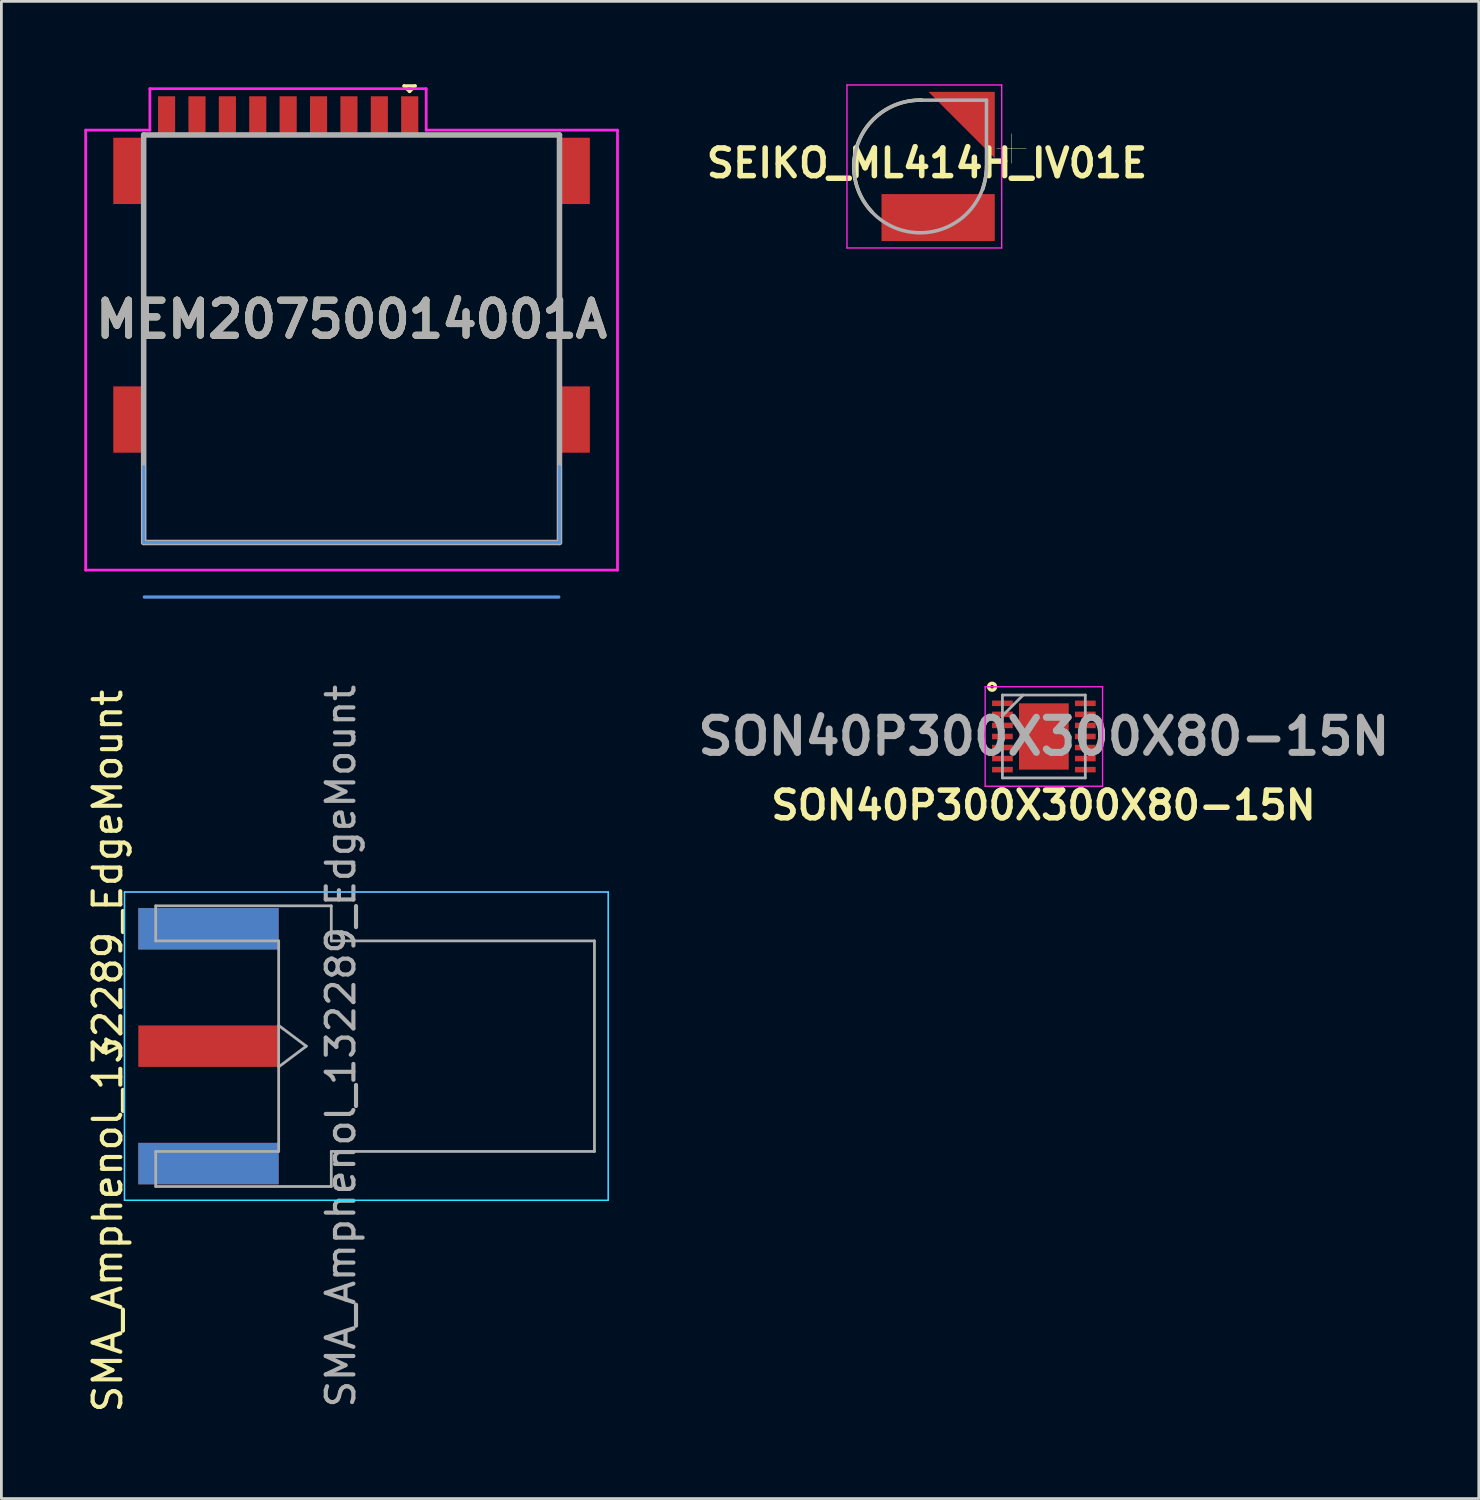
<source format=kicad_pcb>
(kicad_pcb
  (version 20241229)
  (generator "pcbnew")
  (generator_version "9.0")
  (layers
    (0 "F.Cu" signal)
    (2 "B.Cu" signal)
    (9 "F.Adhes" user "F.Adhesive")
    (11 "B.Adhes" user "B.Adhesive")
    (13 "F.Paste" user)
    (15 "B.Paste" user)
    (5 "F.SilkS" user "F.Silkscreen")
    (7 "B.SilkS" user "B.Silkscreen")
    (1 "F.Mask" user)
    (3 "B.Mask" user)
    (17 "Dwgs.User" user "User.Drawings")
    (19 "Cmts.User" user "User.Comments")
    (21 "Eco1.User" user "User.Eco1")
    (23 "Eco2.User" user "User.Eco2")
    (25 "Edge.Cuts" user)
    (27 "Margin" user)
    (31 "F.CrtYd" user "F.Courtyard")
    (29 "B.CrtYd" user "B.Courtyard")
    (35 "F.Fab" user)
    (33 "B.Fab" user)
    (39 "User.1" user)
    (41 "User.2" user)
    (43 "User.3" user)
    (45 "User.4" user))
  (footprint "MEM20750014001A"
    (layer "F.Cu")
    (at 9.675 8.86)
    (property "Reference" "MEM20750014001A" (at 0 -0.35 180) (layer "F.SilkS") (effects (font (size 1.27 1.27) (thickness 0.254))))
    (attr through_hole)
    (fp_line (start -7.525 -4.025) (end -7.525 1.4) (stroke (width 0.1) (type solid)) (layer "F.SilkS"))
    (fp_line (start 1.9 -8.8) (end 2.3 -8.8) (stroke (width 0.12) (type solid)) (layer "F.SilkS"))
    (fp_line (start 2.1 -8.6) (end 1.9 -8.8) (stroke (width 0.12) (type solid)) (layer "F.SilkS"))
    (fp_line (start 2.3 -8.8) (end 2.1 -8.6) (stroke (width 0.12) (type solid)) (layer "F.SilkS"))
    (fp_line (start 2.8 -7.025) (end 7 -7.025) (stroke (width 0.1) (type solid)) (layer "F.SilkS"))
    (fp_line (start 7.525 -4.025) (end 7.525 1.4) (stroke (width 0.1) (type solid)) (layer "F.SilkS"))
    (fp_line (start -7.525 4.975) (end -7.525 7.725) (stroke (width 0.1) (type solid)) (layer "Cmts.User"))
    (fp_line (start -7.525 7.725) (end 7.525 7.725) (stroke (width 0.1) (type solid)) (layer "Cmts.User"))
    (fp_line (start 7.5 9.7) (end -7.5 9.7) (stroke (width 0.12) (type solid)) (layer "Cmts.User"))
    (fp_line (start 7.525 7.725) (end 7.525 4.975) (stroke (width 0.1) (type solid)) (layer "Cmts.User"))
    (fp_line (start -9.625 8.725) (end -9.625 -7.2) (stroke (width 0.1) (type solid)) (layer "F.CrtYd"))
    (fp_line (start -7.3 -8.7) (end -7.3 -7.2) (stroke (width 0.1) (type solid)) (layer "F.CrtYd"))
    (fp_line (start -7.3 -8.7) (end 2.7 -8.7) (stroke (width 0.1) (type solid)) (layer "F.CrtYd"))
    (fp_line (start -7.3 -7.2) (end -9.625 -7.2) (stroke (width 0.1) (type solid)) (layer "F.CrtYd"))
    (fp_line (start 2.7 -8.7) (end 2.7 -7.2) (stroke (width 0.1) (type solid)) (layer "F.CrtYd"))
    (fp_line (start 2.7 -7.2) (end 9.625 -7.2) (stroke (width 0.1) (type solid)) (layer "F.CrtYd"))
    (fp_line (start 9.625 -7.2) (end 9.625 8.725) (stroke (width 0.1) (type solid)) (layer "F.CrtYd"))
    (fp_line (start 9.625 8.725) (end -9.625 8.725) (stroke (width 0.1) (type solid)) (layer "F.CrtYd"))
    (fp_line (start -7.525 -7.025) (end 7.525 -7.025) (stroke (width 0.2) (type solid)) (layer "F.Fab"))
    (fp_line (start -7.525 7.725) (end -7.525 -7.025) (stroke (width 0.2) (type solid)) (layer "F.Fab"))
    (fp_line (start 7.525 -7.025) (end 7.525 7.725) (stroke (width 0.2) (type solid)) (layer "F.Fab"))
    (fp_line (start 7.525 7.725) (end -7.525 7.725) (stroke (width 0.2) (type solid)) (layer "F.Fab"))
    (fp_text user "${REFERENCE}" (at 0 -0.35 180) (layer "F.Fab") (effects (font (size 1.27 1.27) (thickness 0.254))))
    (pad "" np_thru_hole circle (at -3.395 3.695) (size 0.001 0.001) (drill 0.95) (layers "*.Cu" "*.Mask"))
    (pad "" np_thru_hole circle (at 3.205 3.695) (size 0.001 0.001) (drill 0.95) (layers "*.Cu" "*.Mask"))
    (pad "MP1" smd rect (at -8.075 -5.725) (size 1.1 2.4) (layers "F.Cu" "F.Mask" "F.Paste"))
    (pad "MP2" smd rect (at -8.075 3.275) (size 1.1 2.4) (layers "F.Cu" "F.Mask" "F.Paste"))
    (pad "MP3" smd rect (at 8.075 3.275) (size 1.1 2.4) (layers "F.Cu" "F.Mask" "F.Paste"))
    (pad "MP4" smd rect (at 8.075 -5.725) (size 1.1 2.4) (layers "F.Cu" "F.Mask" "F.Paste"))
    (pad "P1" smd rect (at 2.105 -7.725) (size 0.62 1.4) (layers "F.Cu" "F.Mask" "F.Paste"))
    (pad "P2" smd rect (at 1.005 -7.725) (size 0.62 1.4) (layers "F.Cu" "F.Mask" "F.Paste"))
    (pad "P3" smd rect (at -0.095 -7.725) (size 0.62 1.4) (layers "F.Cu" "F.Mask" "F.Paste"))
    (pad "P4" smd rect (at -1.195 -7.725) (size 0.62 1.4) (layers "F.Cu" "F.Mask" "F.Paste"))
    (pad "P5" smd rect (at -2.295 -7.725) (size 0.62 1.4) (layers "F.Cu" "F.Mask" "F.Paste"))
    (pad "P6" smd rect (at -3.395 -7.725) (size 0.62 1.4) (layers "F.Cu" "F.Mask" "F.Paste"))
    (pad "P7" smd rect (at -4.495 -7.725) (size 0.62 1.4) (layers "F.Cu" "F.Mask" "F.Paste"))
    (pad "P8" smd rect (at -5.595 -7.725) (size 0.62 1.4) (layers "F.Cu" "F.Mask" "F.Paste"))
    (pad "P9" smd rect (at -6.695 -7.725) (size 0.62 1.4) (layers "F.Cu" "F.Mask" "F.Paste")))
  (footprint "SON40P300X300X80-15N"
    (layer "F.Cu")
    (at 34.733 23.607)
    (property "Reference" "SON40P300X300X80-15N" (at -0.013 2.489 180) (layer "F.SilkS") (effects (font (size 1 1) (thickness 0.2))))
    (attr smd)
    (fp_circle (center -1.875 -1.8) (end -1.75 -1.8) (stroke (width 0.124) (type solid)) (fill no) (layer "F.SilkS"))
    (fp_line (start -2.125 -1.8) (end 2.125 -1.8) (stroke (width 0.05) (type solid)) (layer "F.CrtYd"))
    (fp_line (start -2.125 1.8) (end -2.125 -1.8) (stroke (width 0.05) (type solid)) (layer "F.CrtYd"))
    (fp_line (start 2.125 -1.8) (end 2.125 1.8) (stroke (width 0.05) (type solid)) (layer "F.CrtYd"))
    (fp_line (start 2.125 1.8) (end -2.125 1.8) (stroke (width 0.05) (type solid)) (layer "F.CrtYd"))
    (fp_line (start -1.5 -1.5) (end 1.5 -1.5) (stroke (width 0.1) (type solid)) (layer "F.Fab"))
    (fp_line (start -1.5 -0.75) (end -0.75 -1.5) (stroke (width 0.1) (type solid)) (layer "F.Fab"))
    (fp_line (start -1.5 1.5) (end -1.5 -1.5) (stroke (width 0.1) (type solid)) (layer "F.Fab"))
    (fp_line (start 1.5 -1.5) (end 1.5 1.5) (stroke (width 0.1) (type solid)) (layer "F.Fab"))
    (fp_line (start 1.5 1.5) (end -1.5 1.5) (stroke (width 0.1) (type solid)) (layer "F.Fab"))
    (fp_text user "${REFERENCE}" (at 0 0 0) (layer "F.Fab") (effects (font (size 1.27 1.27) (thickness 0.254))))
    (pad "1" smd rect (at -1.5 -1.2 90) (size 0.2 0.75) (layers "F.Cu" "F.Mask" "F.Paste"))
    (pad "2" smd rect (at -1.5 -0.8 90) (size 0.2 0.75) (layers "F.Cu" "F.Mask" "F.Paste"))
    (pad "3" smd rect (at -1.5 -0.4 90) (size 0.2 0.75) (layers "F.Cu" "F.Mask" "F.Paste"))
    (pad "4" smd rect (at -1.5 0 90) (size 0.2 0.75) (layers "F.Cu" "F.Mask" "F.Paste"))
    (pad "5" smd rect (at -1.5 0.4 90) (size 0.2 0.75) (layers "F.Cu" "F.Mask" "F.Paste"))
    (pad "6" smd rect (at -1.5 0.8 90) (size 0.2 0.75) (layers "F.Cu" "F.Mask" "F.Paste"))
    (pad "7" smd rect (at -1.5 1.2 90) (size 0.2 0.75) (layers "F.Cu" "F.Mask" "F.Paste"))
    (pad "8" smd rect (at 1.5 1.2 90) (size 0.2 0.75) (layers "F.Cu" "F.Mask" "F.Paste"))
    (pad "9" smd rect (at 1.5 0.8 90) (size 0.2 0.75) (layers "F.Cu" "F.Mask" "F.Paste"))
    (pad "10" smd rect (at 1.5 0.4 90) (size 0.2 0.75) (layers "F.Cu" "F.Mask" "F.Paste"))
    (pad "11" smd rect (at 1.5 0 90) (size 0.2 0.75) (layers "F.Cu" "F.Mask" "F.Paste"))
    (pad "12" smd rect (at 1.5 -0.4 90) (size 0.2 0.75) (layers "F.Cu" "F.Mask" "F.Paste"))
    (pad "13" smd rect (at 1.5 -0.8 90) (size 0.2 0.75) (layers "F.Cu" "F.Mask" "F.Paste"))
    (pad "14" smd rect (at 1.5 -1.2 90) (size 0.2 0.75) (layers "F.Cu" "F.Mask" "F.Paste"))
    (pad "15" smd rect (at 0 0) (size 1.8 2.4) (layers "F.Cu" "F.Mask" "F.Paste")))
  (footprint "SEIKO_ML414H_IV01E"
    (layer "F.Cu")
    (at 30.256 2.975)
    (property "Reference" "SEIKO_ML414H_IV01E" (at 0.246 -0.121 180) (layer "F.SilkS") (effects (font (size 1 1) (thickness 0.2))))
    (attr through_hole)
    (fp_poly (pts (xy 0.3 -2.7) (xy 2.7 -2.7) (xy 2.7 -0.3)) (stroke (width 0.0001) (type solid)) (fill yes) (layer "F.Cu"))
    (fp_poly (pts (xy 0 -2.8) (xy 2.8 -2.8) (xy 2.8 0)) (stroke (width 0.0001) (type solid)) (fill yes) (layer "F.Mask"))
    (fp_arc (start -1.75 1.639999) (mid -2.19472 -0.984702) (end 0.06 -2.4) (stroke (width 0.127) (type solid)) (layer "F.SilkS"))
    (fp_arc (start 2.41 -0.217) (mid 2.3808 0.313062) (end 2.26 0.83) (stroke (width 0.127) (type solid)) (layer "F.SilkS"))
    (fp_poly (pts (xy 0.3 -2.7) (xy 2.7 -2.7) (xy 2.7 -0.3)) (stroke (width 0.0001) (type solid)) (fill yes) (layer "F.Paste"))
    (fp_line (start -2.65 -2.95) (end 2.95 -2.95) (stroke (width 0.05) (type solid)) (layer "F.CrtYd"))
    (fp_line (start -2.65 2.95) (end -2.65 -2.95) (stroke (width 0.05) (type solid)) (layer "F.CrtYd"))
    (fp_line (start 2.95 -2.95) (end 2.95 2.95) (stroke (width 0.05) (type solid)) (layer "F.CrtYd"))
    (fp_line (start 2.95 2.95) (end -2.65 2.95) (stroke (width 0.05) (type solid)) (layer "F.CrtYd"))
    (fp_line (start 0 -2.4) (end 2.4 -2.4) (stroke (width 0.127) (type solid)) (layer "F.Fab"))
    (fp_line (start 2.4 -2.4) (end 2.4 0) (stroke (width 0.127) (type solid)) (layer "F.Fab"))
    (fp_arc (start 2.4 0) (mid -1.697056 1.697056) (end 0 -2.4) (stroke (width 0.127) (type solid)) (layer "F.Fab"))
    (fp_text user "+" (at 3.305 -0.763 0) (layer "F.SilkS") (effects (font (size 1.401 1.401) (thickness 0.015))))
    (pad "1" smd rect (at 2.1 -2.1) (size 1 1) (layers "F.Cu"))
    (pad "2" smd rect (at 0.65 1.85) (size 4.1 1.7) (layers "F.Cu" "F.Mask" "F.Paste")))
  (footprint "SMA_Amphenol_132289_EdgeMount"
    (layer "F.Cu")
    (at 4.496 34.816)
    (property "Reference" "SMA_Amphenol_132289_EdgeMount" (at -3.647 0.178 90) (layer "F.SilkS") (effects (font (size 1 1) (thickness 0.15))))
    (attr smd)
    (fp_line (start -3.71 -0.25) (end -3.71 0.25) (stroke (width 0.12) (type solid)) (layer "F.SilkS"))
    (fp_line (start -3.71 0.25) (end -3.21 0) (stroke (width 0.12) (type solid)) (layer "F.SilkS"))
    (fp_line (start -3.21 0) (end -3.71 -0.25) (stroke (width 0.12) (type solid)) (layer "F.SilkS"))
    (fp_line (start -3.04 5.58) (end -3.04 -5.58) (stroke (width 0.05) (type solid)) (layer "B.CrtYd"))
    (fp_line (start 14.47 -5.58) (end -3.04 -5.58) (stroke (width 0.05) (type solid)) (layer "B.CrtYd"))
    (fp_line (start 14.47 -5.58) (end 14.47 5.58) (stroke (width 0.05) (type solid)) (layer "B.CrtYd"))
    (fp_line (start 14.47 5.58) (end -3.04 5.58) (stroke (width 0.05) (type solid)) (layer "B.CrtYd"))
    (fp_line (start -3.04 5.58) (end -3.04 -5.58) (stroke (width 0.05) (type solid)) (layer "F.CrtYd"))
    (fp_line (start 14.47 -5.58) (end -3.04 -5.58) (stroke (width 0.05) (type solid)) (layer "F.CrtYd"))
    (fp_line (start 14.47 -5.58) (end 14.47 5.58) (stroke (width 0.05) (type solid)) (layer "F.CrtYd"))
    (fp_line (start 14.47 5.58) (end -3.04 5.58) (stroke (width 0.05) (type solid)) (layer "F.CrtYd"))
    (fp_line (start -1.91 -5.08) (end -1.91 -3.81) (stroke (width 0.1) (type solid)) (layer "F.Fab"))
    (fp_line (start -1.91 -5.08) (end 4.445 -5.08) (stroke (width 0.1) (type solid)) (layer "F.Fab"))
    (fp_line (start -1.91 -3.81) (end 2.54 -3.81) (stroke (width 0.1) (type solid)) (layer "F.Fab"))
    (fp_line (start -1.91 3.81) (end -1.91 5.08) (stroke (width 0.1) (type solid)) (layer "F.Fab"))
    (fp_line (start -1.91 5.08) (end 4.445 5.08) (stroke (width 0.1) (type solid)) (layer "F.Fab"))
    (fp_line (start 2.54 -3.81) (end 2.54 3.81) (stroke (width 0.1) (type solid)) (layer "F.Fab"))
    (fp_line (start 2.54 -0.75) (end 3.54 0) (stroke (width 0.1) (type solid)) (layer "F.Fab"))
    (fp_line (start 2.54 3.81) (end -1.91 3.81) (stroke (width 0.1) (type solid)) (layer "F.Fab"))
    (fp_line (start 3.54 0) (end 2.54 0.75) (stroke (width 0.1) (type solid)) (layer "F.Fab"))
    (fp_line (start 4.445 -3.81) (end 4.445 -5.08) (stroke (width 0.1) (type solid)) (layer "F.Fab"))
    (fp_line (start 4.445 -3.81) (end 13.97 -3.81) (stroke (width 0.1) (type solid)) (layer "F.Fab"))
    (fp_line (start 4.445 5.08) (end 4.445 3.81) (stroke (width 0.1) (type solid)) (layer "F.Fab"))
    (fp_line (start 13.97 -3.81) (end 13.97 3.81) (stroke (width 0.1) (type solid)) (layer "F.Fab"))
    (fp_line (start 13.97 3.81) (end 4.445 3.81) (stroke (width 0.1) (type solid)) (layer "F.Fab"))
    (fp_text user "${REFERENCE}" (at 4.79 0 270) (layer "F.Fab") (effects (font (size 1 1) (thickness 0.15))))
    (pad "1" smd rect (at 0 0 90) (size 1.5 5.08) (layers "F.Cu" "F.Mask" "F.Paste"))
    (pad "2" smd rect (at 0 -4.25 90) (size 1.5 5.08) (layers "F.Cu" "F.Mask" "F.Paste"))
    (pad "2" smd rect (at 0 -4.25 90) (size 1.5 5.08) (layers "B.Cu" "B.Mask" "B.Paste"))
    (pad "2" smd rect (at 0 4.25 90) (size 1.5 5.08) (layers "F.Cu" "F.Mask" "F.Paste"))
    (pad "2" smd rect (at 0 4.25 90) (size 1.5 5.08) (layers "B.Cu" "B.Mask" "B.Paste")))
  (gr_rect
    (start -3 -3)
    (end 50.475 51.191)
    (stroke (width 0.1) (type default))
    (fill no)
    (layer "Edge.Cuts")))
</source>
